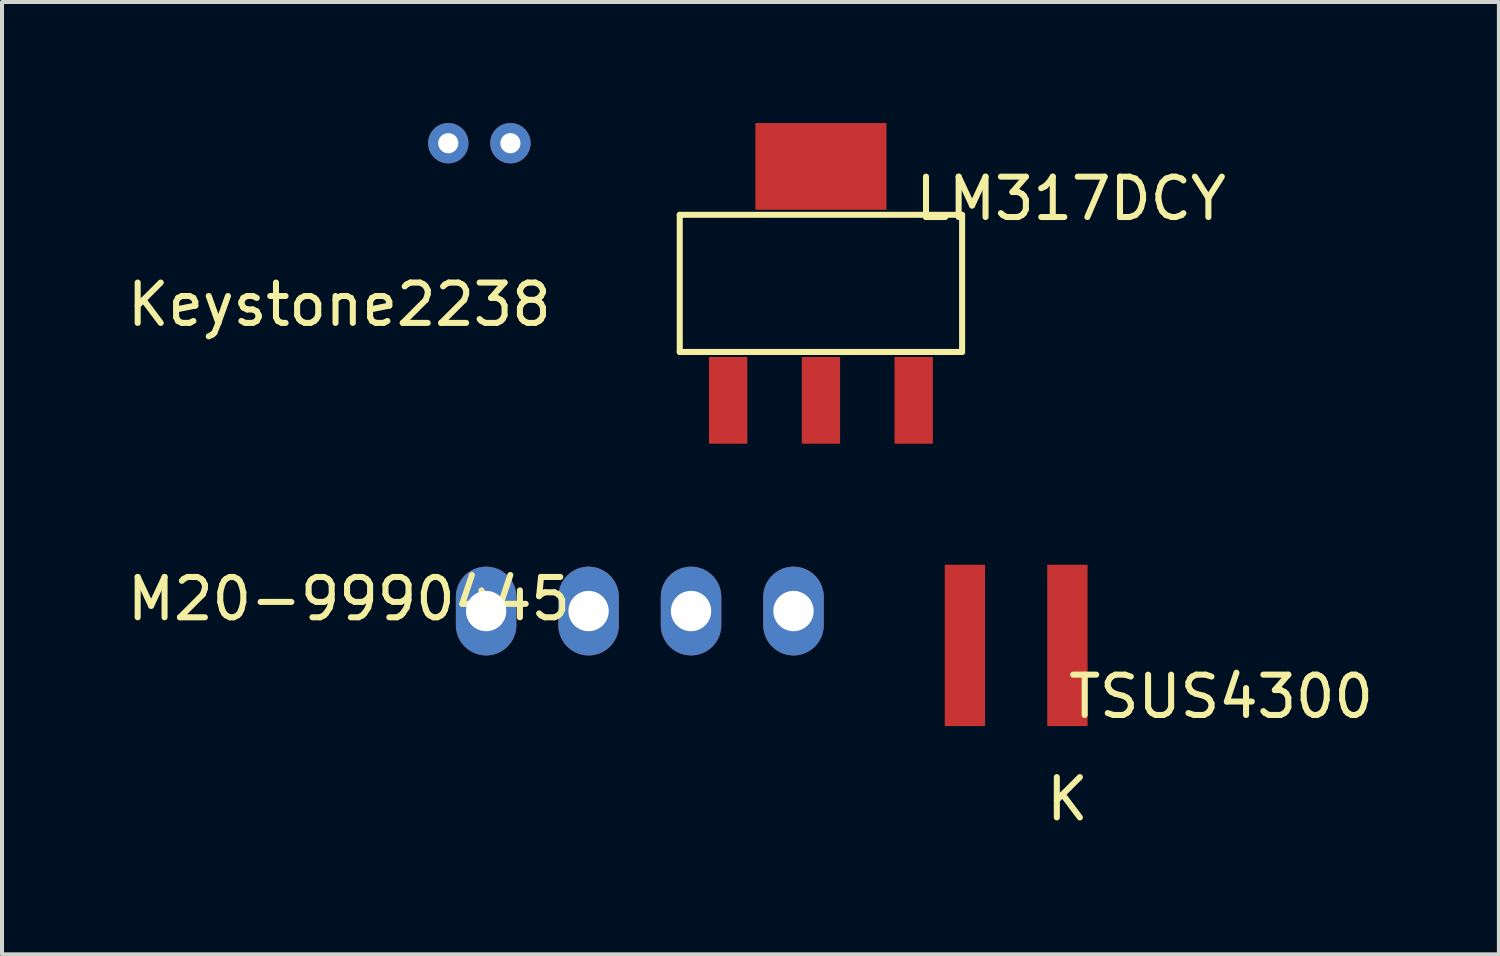
<source format=kicad_pcb>
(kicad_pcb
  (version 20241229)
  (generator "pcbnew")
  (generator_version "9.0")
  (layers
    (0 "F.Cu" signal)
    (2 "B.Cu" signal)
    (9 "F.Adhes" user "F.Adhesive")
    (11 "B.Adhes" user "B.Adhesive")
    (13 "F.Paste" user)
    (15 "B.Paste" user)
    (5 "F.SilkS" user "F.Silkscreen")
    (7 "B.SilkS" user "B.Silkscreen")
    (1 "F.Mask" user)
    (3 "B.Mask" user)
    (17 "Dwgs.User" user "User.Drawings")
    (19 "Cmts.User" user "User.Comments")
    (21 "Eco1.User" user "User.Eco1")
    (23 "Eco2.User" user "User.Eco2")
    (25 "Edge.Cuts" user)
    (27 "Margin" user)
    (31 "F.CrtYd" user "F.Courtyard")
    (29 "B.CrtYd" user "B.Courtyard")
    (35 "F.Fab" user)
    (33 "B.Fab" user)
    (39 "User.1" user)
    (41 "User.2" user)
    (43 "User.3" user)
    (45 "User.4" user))
  (footprint "M20-9990445"
    (layer "F.Cu")
    (at 9.001 12.098)
    (property "Reference" "M20-9990445" (at -3.4 -0.3 0) (layer "F.SilkS") (effects (font (size 1 1) (thickness 0.15))))
    (attr through_hole)
    (pad "1" thru_hole oval (at 0 0) (size 1.5 2.2) (drill 1) (layers "*.Cu" "*.Mask"))
    (pad "2" thru_hole oval (at 2.54 0) (size 1.5 2.2) (drill 1) (layers "*.Cu" "*.Mask"))
    (pad "3" thru_hole oval (at 5.08 0) (size 1.5 2.2) (drill 1) (layers "*.Cu" "*.Mask"))
    (pad "4" thru_hole oval (at 7.62 0) (size 1.5 2.2) (drill 1) (layers "*.Cu" "*.Mask")))
  (footprint "TSUS4300"
    (layer "F.Cu")
    (at 20.871 12.95)
    (property "Reference" "TSUS4300" (at 6.35 1.27 0) (layer "F.SilkS") (effects (font (size 1 1) (thickness 0.15))))
    (attr through_hole)
    (fp_text user "K" (at 2.54 3.81 0) (layer "F.SilkS") (effects (font (size 1 1) (thickness 0.15))))
    (pad "1" smd rect (at 0 0) (size 1 4) (layers "F.Cu" "F.Mask" "F.Paste"))
    (pad "2" smd rect (at 2.54 0) (size 1 4) (layers "F.Cu" "F.Mask" "F.Paste")))
  (footprint "LM317DCY"
    (layer "F.Cu")
    (at 15.001 6.875)
    (property "Reference" "LM317DCY" (at 8.5 -5 0) (layer "F.SilkS") (effects (font (size 1 1) (thickness 0.15))))
    (attr through_hole)
    (fp_line (start -1.2 -4.6) (end 5.8 -4.6) (stroke (width 0.15) (type solid)) (layer "F.SilkS"))
    (fp_line (start -1.2 -1.2) (end -1.2 -4.6) (stroke (width 0.15) (type solid)) (layer "F.SilkS"))
    (fp_line (start 5.8 -4.6) (end 5.8 -1.2) (stroke (width 0.15) (type solid)) (layer "F.SilkS"))
    (fp_line (start 5.8 -1.2) (end -1.2 -1.2) (stroke (width 0.15) (type solid)) (layer "F.SilkS"))
    (pad "1" smd rect (at 0 0) (size 0.95 2.15) (layers "F.Cu" "F.Mask" "F.Paste"))
    (pad "2" smd rect (at 2.3 0) (size 0.95 2.15) (layers "F.Cu" "F.Mask" "F.Paste"))
    (pad "3" smd rect (at 4.6 0) (size 0.95 2.15) (layers "F.Cu" "F.Mask" "F.Paste"))
    (pad "4" smd rect (at 2.3 -5.8) (size 3.25 2.15) (layers "F.Cu" "F.Mask" "F.Paste")))
  (footprint "Keystone2238"
    (layer "F.Cu")
    (at 8.063 0.5)
    (property "Reference" "Keystone2238" (at -2.7 4 0) (layer "F.SilkS") (effects (font (size 1 1) (thickness 0.15))))
    (attr through_hole)
    (pad "1" thru_hole circle (at 0 0) (size 1 1) (drill 0.5) (layers "*.Cu" "*.Mask"))
    (pad "2" thru_hole circle (at 1.54 0) (size 1 1) (drill 0.5) (layers "*.Cu" "*.Mask")))
  (gr_rect
    (start -3 -3)
    (end 34.108 20.608)
    (stroke (width 0.1) (type default))
    (fill no)
    (layer "Edge.Cuts")))
</source>
